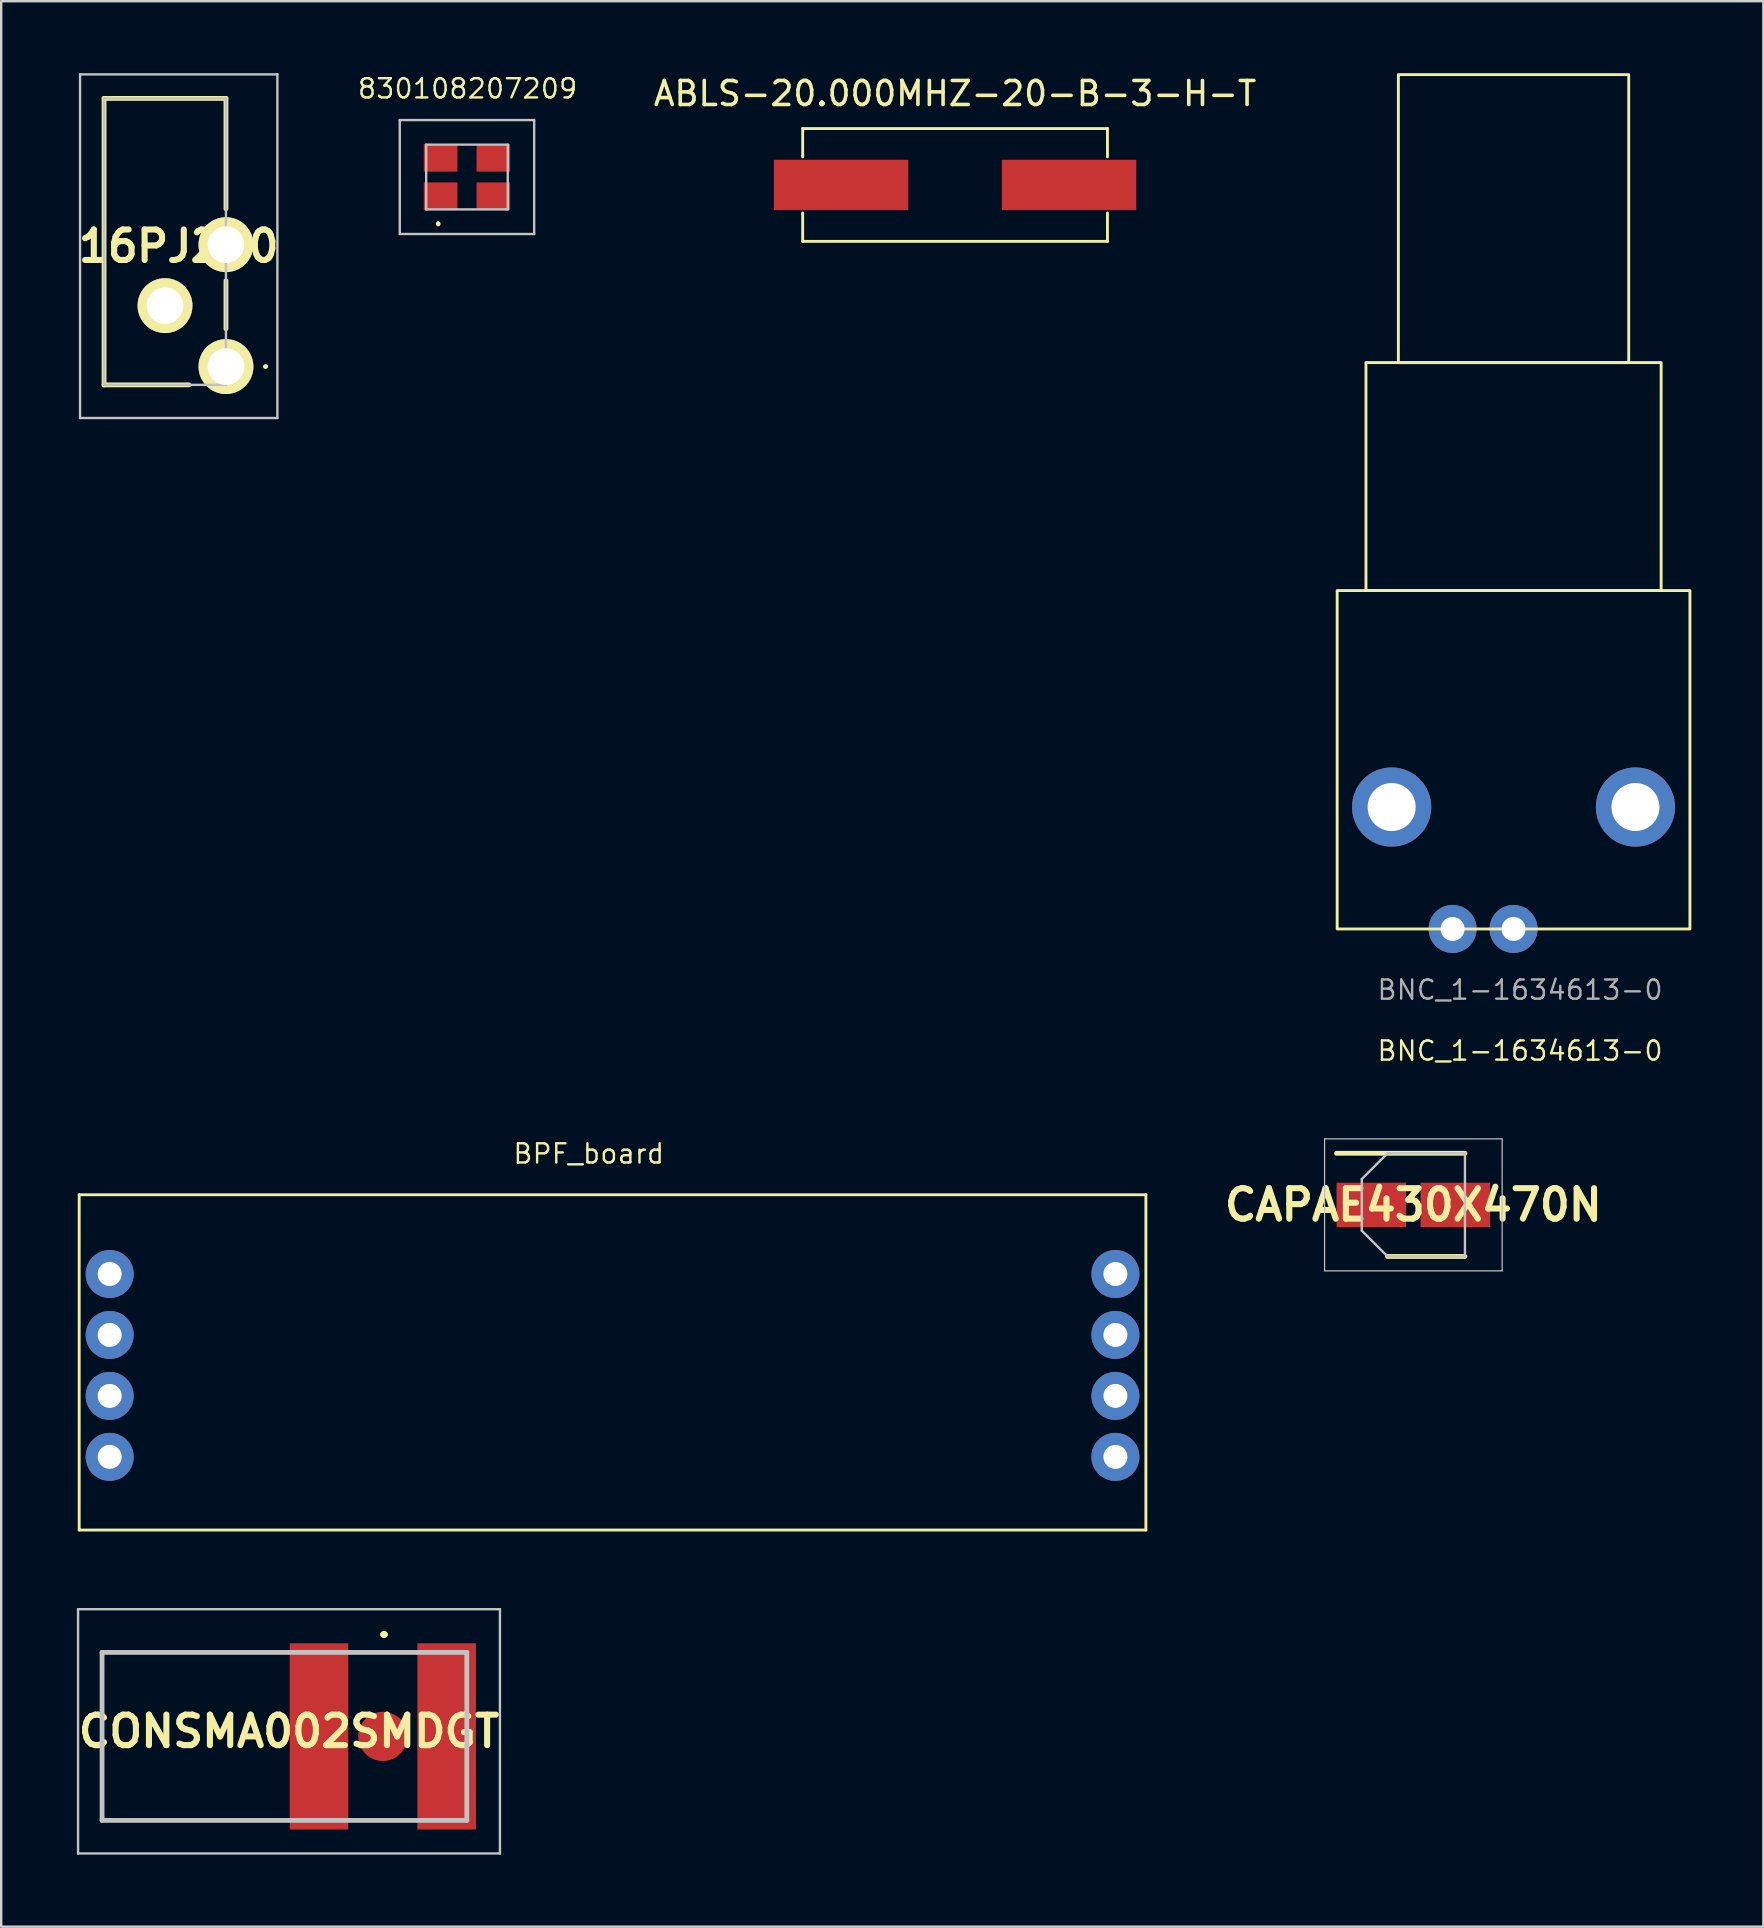
<source format=kicad_pcb>
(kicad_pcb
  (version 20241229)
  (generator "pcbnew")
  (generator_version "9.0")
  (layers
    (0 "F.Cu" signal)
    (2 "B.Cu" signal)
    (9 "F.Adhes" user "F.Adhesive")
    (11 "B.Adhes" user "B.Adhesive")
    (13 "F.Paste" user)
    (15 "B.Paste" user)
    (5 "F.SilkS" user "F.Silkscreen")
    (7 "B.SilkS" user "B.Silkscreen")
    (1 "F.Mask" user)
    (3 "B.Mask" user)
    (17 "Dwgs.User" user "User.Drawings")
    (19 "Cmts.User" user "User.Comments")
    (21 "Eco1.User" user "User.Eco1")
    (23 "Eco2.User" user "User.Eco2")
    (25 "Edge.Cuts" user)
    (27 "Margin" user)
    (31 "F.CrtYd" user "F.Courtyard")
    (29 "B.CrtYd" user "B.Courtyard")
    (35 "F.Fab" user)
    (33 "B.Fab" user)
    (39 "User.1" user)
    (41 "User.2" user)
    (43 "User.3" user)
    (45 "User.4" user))
  (footprint "CONSMA002SMDGT"
    (layer "F.Cu")
    (at 12.903 69.307)
    (property "Reference" "CONSMA002SMDGT" (at -3.91 -0.21 0) (layer "F.SilkS") (effects (font (size 1.27 1.27) (thickness 0.254))))
    (attr smd)
    (fp_line (start -11.7 -3.5) (end -11.7 -3.5) (stroke (width 0.1) (type solid)) (layer "F.SilkS"))
    (fp_line (start -11.7 -3.5) (end -11.7 -3.5) (stroke (width 0.1) (type solid)) (layer "F.SilkS"))
    (fp_line (start -11.7 -3.5) (end -11.7 3.5) (stroke (width 0.1) (type solid)) (layer "F.SilkS"))
    (fp_line (start -11.7 -3.5) (end -4.5 -3.5) (stroke (width 0.1) (type solid)) (layer "F.SilkS"))
    (fp_line (start -11.7 3.5) (end -11.7 -3.5) (stroke (width 0.1) (type solid)) (layer "F.SilkS"))
    (fp_line (start -11.7 3.5) (end -11.7 3.5) (stroke (width 0.1) (type solid)) (layer "F.SilkS"))
    (fp_line (start -11.7 3.5) (end -11.7 3.5) (stroke (width 0.1) (type solid)) (layer "F.SilkS"))
    (fp_line (start -11.7 3.5) (end -4.25 3.5) (stroke (width 0.1) (type solid)) (layer "F.SilkS"))
    (fp_line (start -4.5 -3.5) (end -11.7 -3.5) (stroke (width 0.1) (type solid)) (layer "F.SilkS"))
    (fp_line (start -4.5 -3.5) (end -4.5 -3.5) (stroke (width 0.1) (type solid)) (layer "F.SilkS"))
    (fp_line (start -4.25 3.5) (end -11.7 3.5) (stroke (width 0.1) (type solid)) (layer "F.SilkS"))
    (fp_line (start -4.25 3.5) (end -4.25 3.5) (stroke (width 0.1) (type solid)) (layer "F.SilkS"))
    (fp_line (start -1 -3.5) (end -1 -3.5) (stroke (width 0.1) (type solid)) (layer "F.SilkS"))
    (fp_line (start -1 -3.5) (end 1 -3.5) (stroke (width 0.1) (type solid)) (layer "F.SilkS"))
    (fp_line (start -1 3.5) (end -1 3.5) (stroke (width 0.1) (type solid)) (layer "F.SilkS"))
    (fp_line (start -1 3.5) (end 1 3.5) (stroke (width 0.1) (type solid)) (layer "F.SilkS"))
    (fp_line (start 0 -4.25) (end 0 -4.25) (stroke (width 0.2) (type solid)) (layer "F.SilkS"))
    (fp_line (start 0 -4.25) (end 0 -4.25) (stroke (width 0.2) (type solid)) (layer "F.SilkS"))
    (fp_line (start 0.1 -4.25) (end 0.1 -4.25) (stroke (width 0.2) (type solid)) (layer "F.SilkS"))
    (fp_line (start 1 -3.5) (end -1 -3.5) (stroke (width 0.1) (type solid)) (layer "F.SilkS"))
    (fp_line (start 1 -3.5) (end 1 -3.5) (stroke (width 0.1) (type solid)) (layer "F.SilkS"))
    (fp_line (start 1 3.5) (end -1 3.5) (stroke (width 0.1) (type solid)) (layer "F.SilkS"))
    (fp_line (start 1 3.5) (end 1 3.5) (stroke (width 0.1) (type solid)) (layer "F.SilkS"))
    (fp_arc (start 0 -4.25) (mid 0.05 -4.3) (end 0.1 -4.25) (stroke (width 0.2) (type solid)) (layer "F.SilkS"))
    (fp_arc (start 0.1 -4.25) (mid 0.05 -4.2) (end 0 -4.25) (stroke (width 0.2) (type solid)) (layer "F.SilkS"))
    (fp_arc (start 0.1 -4.25) (mid 0.05 -4.2) (end 0 -4.25) (stroke (width 0.2) (type solid)) (layer "F.SilkS"))
    (fp_line (start -12.7 -5.3) (end 4.88 -5.3) (stroke (width 0.1) (type solid)) (layer "Dwgs.User"))
    (fp_line (start -12.7 4.88) (end -12.7 -5.3) (stroke (width 0.1) (type solid)) (layer "Dwgs.User"))
    (fp_line (start -11.7 -3.5) (end -11.7 3.5) (stroke (width 0.2) (type solid)) (layer "Dwgs.User"))
    (fp_line (start -11.7 3.5) (end 3.5 3.5) (stroke (width 0.2) (type solid)) (layer "Dwgs.User"))
    (fp_line (start 3.5 -3.5) (end -11.7 -3.5) (stroke (width 0.2) (type solid)) (layer "Dwgs.User"))
    (fp_line (start 3.5 3.5) (end 3.5 -3.5) (stroke (width 0.2) (type solid)) (layer "Dwgs.User"))
    (fp_line (start 4.88 -5.3) (end 4.88 4.88) (stroke (width 0.1) (type solid)) (layer "Dwgs.User"))
    (fp_line (start 4.88 4.88) (end -12.7 4.88) (stroke (width 0.1) (type solid)) (layer "Dwgs.User"))
    (pad "1" smd circle (at 0 0 90) (size 2.05 2.05) (layers "F.Cu" "F.Mask" "F.Paste"))
    (pad "2" smd rect (at -2.66 0) (size 2.44 7.76) (layers "F.Cu" "F.Mask" "F.Paste"))
    (pad "3" smd rect (at 2.66 0) (size 2.44 7.76) (layers "F.Cu" "F.Mask" "F.Paste")))
  (footprint "ABLS-20.000MHZ-20-B-3-H-T"
    (layer "F.Cu")
    (at 36.749 4.658)
    (property "Reference" "ABLS-20.000MHZ-20-B-3-H-T" (at 0 -3.81 0) (layer "F.SilkS") (effects (font (size 1 1) (thickness 0.15))))
    (attr through_hole)
    (fp_line (start -6.35 -2.35) (end -6.35 -1.219) (stroke (width 0.12) (type solid)) (layer "F.SilkS"))
    (fp_line (start -6.35 -2.35) (end 6.35 -2.35) (stroke (width 0.12) (type solid)) (layer "F.SilkS"))
    (fp_line (start -6.35 -1.219) (end -6.35 -1.168) (stroke (width 0.12) (type solid)) (layer "F.SilkS"))
    (fp_line (start -6.35 1.219) (end -6.35 1.168) (stroke (width 0.12) (type solid)) (layer "F.SilkS"))
    (fp_line (start -6.35 2.35) (end -6.35 1.219) (stroke (width 0.12) (type solid)) (layer "F.SilkS"))
    (fp_line (start -6.35 2.35) (end 6.35 2.35) (stroke (width 0.12) (type solid)) (layer "F.SilkS"))
    (fp_line (start 6.35 -2.35) (end 6.35 -1.168) (stroke (width 0.12) (type solid)) (layer "F.SilkS"))
    (fp_line (start 6.35 2.35) (end 6.35 1.168) (stroke (width 0.12) (type solid)) (layer "F.SilkS"))
    (pad "1" smd rect (at -4.75 0) (size 5.6 2.1) (layers "F.Cu" "F.Mask" "F.Paste"))
    (pad "2" smd rect (at 4.75 0) (size 5.6 2.1) (layers "F.Cu" "F.Mask" "F.Paste")))
  (footprint "830108207209"
    (layer "F.Cu")
    (at 16.409 4.327)
    (property "Reference" "830108207209" (at 0.025 -3.683 0) (layer "F.SilkS") (effects (font (size 0.8 0.8) (thickness 0.1))))
    (attr smd)
    (fp_line (start -1.2 1.9) (end -1.2 1.9) (stroke (width 0.1) (type solid)) (layer "F.SilkS"))
    (fp_line (start -1.2 2) (end -1.2 2) (stroke (width 0.1) (type solid)) (layer "F.SilkS"))
    (fp_arc (start -1.2 1.9) (mid -1.15 1.95) (end -1.2 2) (stroke (width 0.1) (type solid)) (layer "F.SilkS"))
    (fp_arc (start -1.2 2) (mid -1.25 1.95) (end -1.2 1.9) (stroke (width 0.1) (type solid)) (layer "F.SilkS"))
    (fp_line (start -2.8 -2.375) (end 2.8 -2.375) (stroke (width 0.1) (type solid)) (layer "Dwgs.User"))
    (fp_line (start -2.8 2.375) (end -2.8 -2.375) (stroke (width 0.1) (type solid)) (layer "Dwgs.User"))
    (fp_line (start -1.7 -1.35) (end 1.7 -1.35) (stroke (width 0.1) (type solid)) (layer "Dwgs.User"))
    (fp_line (start -1.7 1.35) (end -1.7 -1.35) (stroke (width 0.1) (type solid)) (layer "Dwgs.User"))
    (fp_line (start 1.7 -1.35) (end 1.7 1.35) (stroke (width 0.1) (type solid)) (layer "Dwgs.User"))
    (fp_line (start 1.7 1.35) (end -1.7 1.35) (stroke (width 0.1) (type solid)) (layer "Dwgs.User"))
    (fp_line (start 2.8 -2.375) (end 2.8 2.375) (stroke (width 0.1) (type solid)) (layer "Dwgs.User"))
    (fp_line (start 2.8 2.375) (end -2.8 2.375) (stroke (width 0.1) (type solid)) (layer "Dwgs.User"))
    (pad "1" smd rect (at -1.1 0.8 90) (size 1.15 1.4) (layers "F.Cu" "F.Mask" "F.Paste"))
    (pad "2" smd rect (at 1.1 0.8 90) (size 1.15 1.4) (layers "F.Cu" "F.Mask" "F.Paste"))
    (pad "3" smd rect (at 1.1 -0.8 90) (size 1.15 1.4) (layers "F.Cu" "F.Mask" "F.Paste"))
    (pad "4" smd rect (at -1.1 -0.8 90) (size 1.15 1.4) (layers "F.Cu" "F.Mask" "F.Paste")))
  (footprint "16PJ200"
    (layer "F.Cu")
    (at 6.366 12.226)
    (property "Reference" "16PJ200" (at -1.969 -5.017 0) (layer "F.SilkS") (effects (font (size 1.27 1.27) (thickness 0.254))))
    (attr through_hole)
    (fp_line (start -5.08 -11.176) (end -5.08 0.762) (stroke (width 0.2) (type solid)) (layer "F.SilkS"))
    (fp_line (start -5.08 0.762) (end -1.54 0.762) (stroke (width 0.2) (type solid)) (layer "F.SilkS"))
    (fp_line (start 0 -11.176) (end -5.08 -11.176) (stroke (width 0.2) (type solid)) (layer "F.SilkS"))
    (fp_line (start 0 -6.576) (end 0 -11.176) (stroke (width 0.2) (type solid)) (layer "F.SilkS"))
    (fp_line (start 0 -3.576) (end 0 -1.576) (stroke (width 0.2) (type solid)) (layer "F.SilkS"))
    (fp_line (start 1.6 0) (end 1.6 0) (stroke (width 0.1) (type solid)) (layer "F.SilkS"))
    (fp_line (start 1.7 0) (end 1.7 0) (stroke (width 0.1) (type solid)) (layer "F.SilkS"))
    (fp_arc (start 1.6 0) (mid 1.65 -0.05) (end 1.7 0) (stroke (width 0.1) (type solid)) (layer "F.SilkS"))
    (fp_arc (start 1.7 0) (mid 1.65 0.05) (end 1.6 0) (stroke (width 0.1) (type solid)) (layer "F.SilkS"))
    (fp_line (start -6.08 -12.176) (end 2.143 -12.176) (stroke (width 0.1) (type solid)) (layer "Dwgs.User"))
    (fp_line (start -6.08 2.143) (end -6.08 -12.176) (stroke (width 0.1) (type solid)) (layer "Dwgs.User"))
    (fp_line (start -5.08 -11.176) (end 0 -11.176) (stroke (width 0.1) (type solid)) (layer "Dwgs.User"))
    (fp_line (start -5.08 0.762) (end -5.08 -11.176) (stroke (width 0.1) (type solid)) (layer "Dwgs.User"))
    (fp_line (start 0 -11.176) (end 0 0.762) (stroke (width 0.1) (type solid)) (layer "Dwgs.User"))
    (fp_line (start 0 0.762) (end -5.08 0.762) (stroke (width 0.1) (type solid)) (layer "Dwgs.User"))
    (fp_line (start 2.143 -12.176) (end 2.143 2.143) (stroke (width 0.1) (type solid)) (layer "Dwgs.User"))
    (fp_line (start 2.143 2.143) (end -6.08 2.143) (stroke (width 0.1) (type solid)) (layer "Dwgs.User"))
    (pad "1" thru_hole circle (at 0 0 90) (size 2.286 2.286) (drill 1.524) (layers "*.Cu" "*.Mask" "F.SilkS"))
    (pad "2" thru_hole circle (at -2.54 -2.54 90) (size 2.286 2.286) (drill 1.524) (layers "*.Cu" "*.Mask" "F.SilkS"))
    (pad "3" thru_hole circle (at 0 -5.08 90) (size 2.286 2.286) (drill 1.524) (layers "*.Cu" "*.Mask" "F.SilkS")))
  (footprint "BNC_1-1634613-0"
    (layer "F.Cu")
    (at 52.671 35.66)
    (property "Reference" "BNC_1-1634613-0" (at 7.62 5.08 0) (unlocked yes) (layer "F.SilkS") (effects (font (size 0.8 0.8) (thickness 0.1))))
    (attr through_hole)
    (fp_rect (start 0 0) (end 14.7 -14.1) (stroke (width 0.12) (type solid)) (fill no) (layer "F.SilkS"))
    (fp_rect (start 1.2 -14.1) (end 13.5 -23.6) (stroke (width 0.12) (type solid)) (fill no) (layer "F.SilkS"))
    (fp_rect (start 2.55 -23.6) (end 12.15 -35.6) (stroke (width 0.12) (type solid)) (fill no) (layer "F.SilkS"))
    (fp_text user "${REFERENCE}" (at 7.62 2.54 0) (unlocked yes) (layer "F.Fab") (effects (font (size 0.8 0.8) (thickness 0.1))))
    (pad "1" thru_hole circle (at 7.35 0) (size 2 2) (drill 1) (layers "*.Cu" "*.Mask"))
    (pad "2" thru_hole circle (at 4.81 0) (size 2 2) (drill 1) (layers "*.Cu" "*.Mask"))
    (pad "3" thru_hole circle (at 12.43 -5.08) (size 3.3 3.3) (drill 2) (layers "*.Cu" "*.Mask"))
    (pad "4" thru_hole circle (at 2.27 -5.08 270) (size 3.3 3.3) (drill 2) (layers "*.Cu" "*.Mask")))
  (footprint "CAPAE430X470N"
    (layer "F.Cu")
    (at 55.846 47.158)
    (property "Reference" "CAPAE430X470N" (at 0 0 0) (layer "F.SilkS") (effects (font (size 1.27 1.27) (thickness 0.254))))
    (attr smd)
    (fp_line (start -3.2 -2.15) (end 2.15 -2.15) (stroke (width 0.2) (type solid)) (layer "F.SilkS"))
    (fp_line (start -1.075 2.15) (end 2.15 2.15) (stroke (width 0.2) (type solid)) (layer "F.SilkS"))
    (fp_line (start -3.7 -2.75) (end 3.7 -2.75) (stroke (width 0.05) (type solid)) (layer "Dwgs.User"))
    (fp_line (start -3.7 2.75) (end -3.7 -2.75) (stroke (width 0.05) (type solid)) (layer "Dwgs.User"))
    (fp_line (start -2.15 -1.075) (end -2.15 1.075) (stroke (width 0.1) (type solid)) (layer "Dwgs.User"))
    (fp_line (start -2.15 1.075) (end -1.075 2.15) (stroke (width 0.1) (type solid)) (layer "Dwgs.User"))
    (fp_line (start -1.075 -2.15) (end -2.15 -1.075) (stroke (width 0.1) (type solid)) (layer "Dwgs.User"))
    (fp_line (start -1.075 2.15) (end 2.15 2.15) (stroke (width 0.1) (type solid)) (layer "Dwgs.User"))
    (fp_line (start 2.15 -2.15) (end -1.075 -2.15) (stroke (width 0.1) (type solid)) (layer "Dwgs.User"))
    (fp_line (start 2.15 2.15) (end 2.15 -2.15) (stroke (width 0.1) (type solid)) (layer "Dwgs.User"))
    (fp_line (start 3.7 -2.75) (end 3.7 2.75) (stroke (width 0.05) (type solid)) (layer "Dwgs.User"))
    (fp_line (start 3.7 2.75) (end -3.7 2.75) (stroke (width 0.05) (type solid)) (layer "Dwgs.User"))
    (pad "1" smd rect (at -1.75 0 90) (size 1.85 2.9) (layers "F.Cu" "F.Mask" "F.Paste"))
    (pad "2" smd rect (at 1.75 0 90) (size 1.85 2.9) (layers "F.Cu" "F.Mask" "F.Paste")))
  (footprint "BPF_board"
    (layer "F.Cu")
    (at 0.25 60.707)
    (property "Reference" "BPF_board" (at 21.234 -15.68 0) (layer "F.SilkS") (effects (font (size 0.8 0.8) (thickness 0.1))))
    (attr through_hole)
    (fp_line (start 0 -13.97) (end 44.45 -13.97) (stroke (width 0.12) (type solid)) (layer "F.SilkS"))
    (fp_line (start 0 0) (end 0 -13.97) (stroke (width 0.12) (type solid)) (layer "F.SilkS"))
    (fp_line (start 0 0) (end 44.45 0) (stroke (width 0.12) (type solid)) (layer "F.SilkS"))
    (fp_line (start 44.45 -13.97) (end 44.45 0) (stroke (width 0.12) (type solid)) (layer "F.SilkS"))
    (pad "1" thru_hole circle (at 43.18 -10.668) (size 2 2) (drill 1) (layers "*.Cu" "*.Mask"))
    (pad "2" thru_hole circle (at 43.18 -8.128) (size 2 2) (drill 1) (layers "*.Cu" "*.Mask"))
    (pad "3" thru_hole circle (at 43.18 -5.588) (size 2 2) (drill 1) (layers "*.Cu" "*.Mask"))
    (pad "4" thru_hole circle (at 43.18 -3.048) (size 2 2) (drill 1) (layers "*.Cu" "*.Mask"))
    (pad "5" thru_hole circle (at 1.27 -10.668) (size 2 2) (drill 1) (layers "*.Cu" "*.Mask"))
    (pad "6" thru_hole circle (at 1.27 -8.128) (size 2 2) (drill 1) (layers "*.Cu" "*.Mask"))
    (pad "7" thru_hole circle (at 1.27 -5.588) (size 2 2) (drill 1) (layers "*.Cu" "*.Mask"))
    (pad "8" thru_hole circle (at 1.27 -3.048) (size 2 2) (drill 1) (layers "*.Cu" "*.Mask")))
  (gr_rect
    (start -3 -3)
    (end 70.431 77.237)
    (stroke (width 0.1) (type default))
    (fill no)
    (layer "Edge.Cuts")))
</source>
